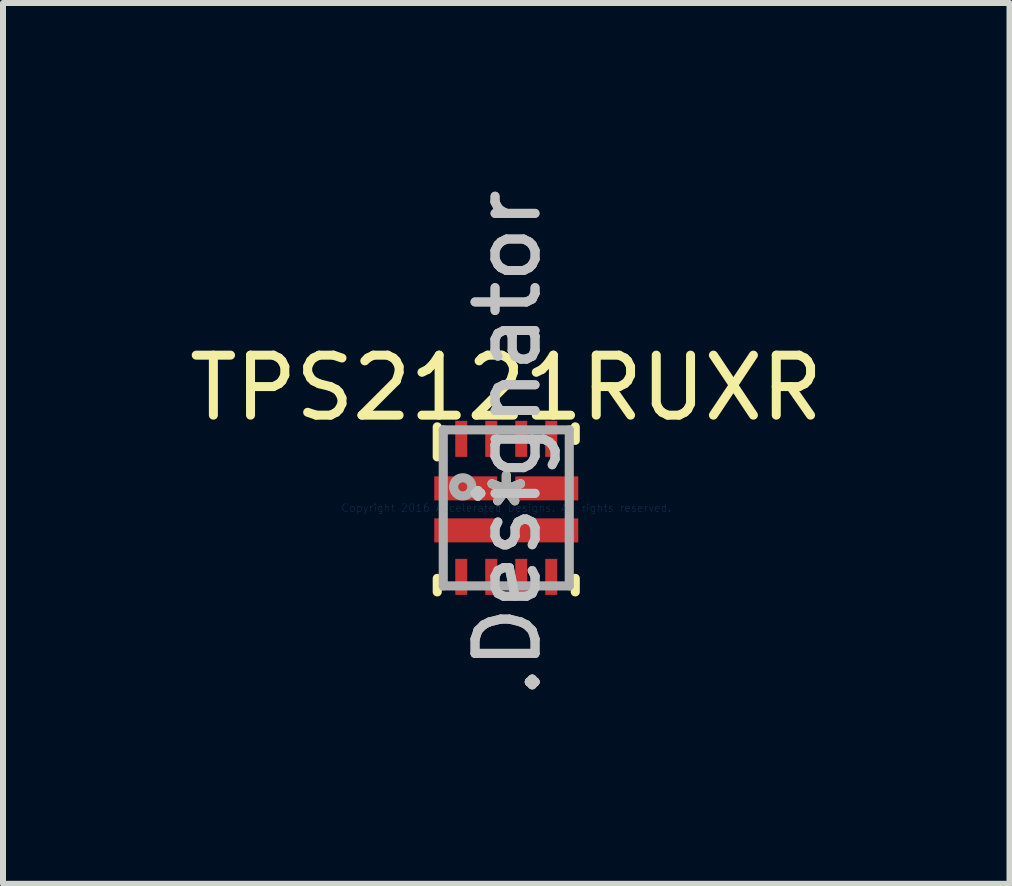
<source format=kicad_pcb>
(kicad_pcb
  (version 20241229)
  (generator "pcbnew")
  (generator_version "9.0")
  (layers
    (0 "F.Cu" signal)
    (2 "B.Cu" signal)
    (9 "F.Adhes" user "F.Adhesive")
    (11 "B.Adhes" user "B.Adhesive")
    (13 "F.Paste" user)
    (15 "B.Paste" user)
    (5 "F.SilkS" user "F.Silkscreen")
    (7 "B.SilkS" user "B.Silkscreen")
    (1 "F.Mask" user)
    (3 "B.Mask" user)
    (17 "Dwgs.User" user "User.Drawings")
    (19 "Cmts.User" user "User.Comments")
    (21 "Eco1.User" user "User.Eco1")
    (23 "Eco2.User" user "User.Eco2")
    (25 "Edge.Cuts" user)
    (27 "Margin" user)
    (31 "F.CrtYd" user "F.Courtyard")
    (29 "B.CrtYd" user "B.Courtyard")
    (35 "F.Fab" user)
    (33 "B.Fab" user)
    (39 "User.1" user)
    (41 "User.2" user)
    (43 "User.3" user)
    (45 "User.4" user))
  (footprint "TPS2121RUXR"
    (layer "F.Cu")
    (at 5.387 5.414)
    (property "Reference" "TPS2121RUXR" (at 0 -2 0) (layer "F.SilkS") (effects (font (size 1 1) (thickness 0.15))))
    (attr through_hole)
    (fp_line (start -1.15 -0.85) (end -1.15 -1.35) (stroke (width 0.152) (type solid)) (layer "F.SilkS"))
    (fp_line (start -1.15 1.4) (end -1.15 1.175) (stroke (width 0.152) (type solid)) (layer "F.SilkS"))
    (fp_line (start 1.15 -1.125) (end 1.15 -1.35) (stroke (width 0.152) (type solid)) (layer "F.SilkS"))
    (fp_line (start 1.15 1.4) (end 1.15 1.175) (stroke (width 0.152) (type solid)) (layer "F.SilkS"))
    (fp_line (start -1.05 -1.3) (end 1.05 -1.3) (stroke (width 0.152) (type solid)) (layer "F.Fab"))
    (fp_line (start -1.05 1.3) (end -1.05 -1.3) (stroke (width 0.152) (type solid)) (layer "F.Fab"))
    (fp_line (start -1.05 1.3) (end 1.05 1.3) (stroke (width 0.152) (type solid)) (layer "F.Fab"))
    (fp_line (start 1.05 1.3) (end 1.05 -1.3) (stroke (width 0.152) (type solid)) (layer "F.Fab"))
    (fp_circle (center -0.725 -0.35) (end -0.573 -0.35) (stroke (width 0.152) (type solid)) (fill no) (layer "F.Fab"))
    (fp_text user "*" (at 0 0 0) (layer "F.SilkS") (effects (font (size 1 1) (thickness 0.15))))
    (fp_text user ".Designator" (at 0.025 -1.075 270) (layer "Dwgs.User") (effects (font (size 1 1) (thickness 0.15))))
    (fp_text user "Copyright 2016 Accelerated Designs. All rights reserved." (at 0 0 0) (layer "Cmts.User") (effects (font (size 0.127 0.127) (thickness 0.002))))
    (fp_text user ".Designator" (at 0.025 -1.075 270) (layer "F.Fab") (effects (font (size 1 1) (thickness 0.15))))
    (fp_text user "*" (at 0 0 0) (layer "F.Fab") (effects (font (size 1 1) (thickness 0.15))))
    (pad "1" smd rect (at -0.675 -0.325) (size 1.05 0.4) (layers "F.Cu" "F.Mask" "F.Paste"))
    (pad "2" smd rect (at -0.675 0.375) (size 1.05 0.4) (layers "F.Cu" "F.Mask" "F.Paste"))
    (pad "3" smd rect (at -0.75 1.15 90) (size 0.6 0.2) (layers "F.Cu" "F.Mask" "F.Paste"))
    (pad "4" smd rect (at -0.25 1.15 90) (size 0.6 0.2) (layers "F.Cu" "F.Mask" "F.Paste"))
    (pad "5" smd rect (at 0.25 1.15 90) (size 0.6 0.2) (layers "F.Cu" "F.Mask" "F.Paste"))
    (pad "6" smd rect (at 0.75 1.15 90) (size 0.6 0.2) (layers "F.Cu" "F.Mask" "F.Paste"))
    (pad "7" smd rect (at 0.675 0.375) (size 1.05 0.4) (layers "F.Cu" "F.Mask" "F.Paste"))
    (pad "8" smd rect (at 0.675 -0.325) (size 1.05 0.4) (layers "F.Cu" "F.Mask" "F.Paste"))
    (pad "9" smd rect (at 0.75 -1.15 90) (size 0.6 0.2) (layers "F.Cu" "F.Mask" "F.Paste"))
    (pad "10" smd rect (at 0.25 -1.15 90) (size 0.6 0.2) (layers "F.Cu" "F.Mask" "F.Paste"))
    (pad "11" smd rect (at -0.25 -1.15 90) (size 0.6 0.2) (layers "F.Cu" "F.Mask" "F.Paste"))
    (pad "12" smd rect (at -0.75 -1.15 90) (size 0.6 0.2) (layers "F.Cu" "F.Mask" "F.Paste")))
  (gr_rect
    (start -3 -3)
    (end 13.774 11.679)
    (stroke (width 0.1) (type default))
    (fill no)
    (layer "Edge.Cuts")))
</source>
